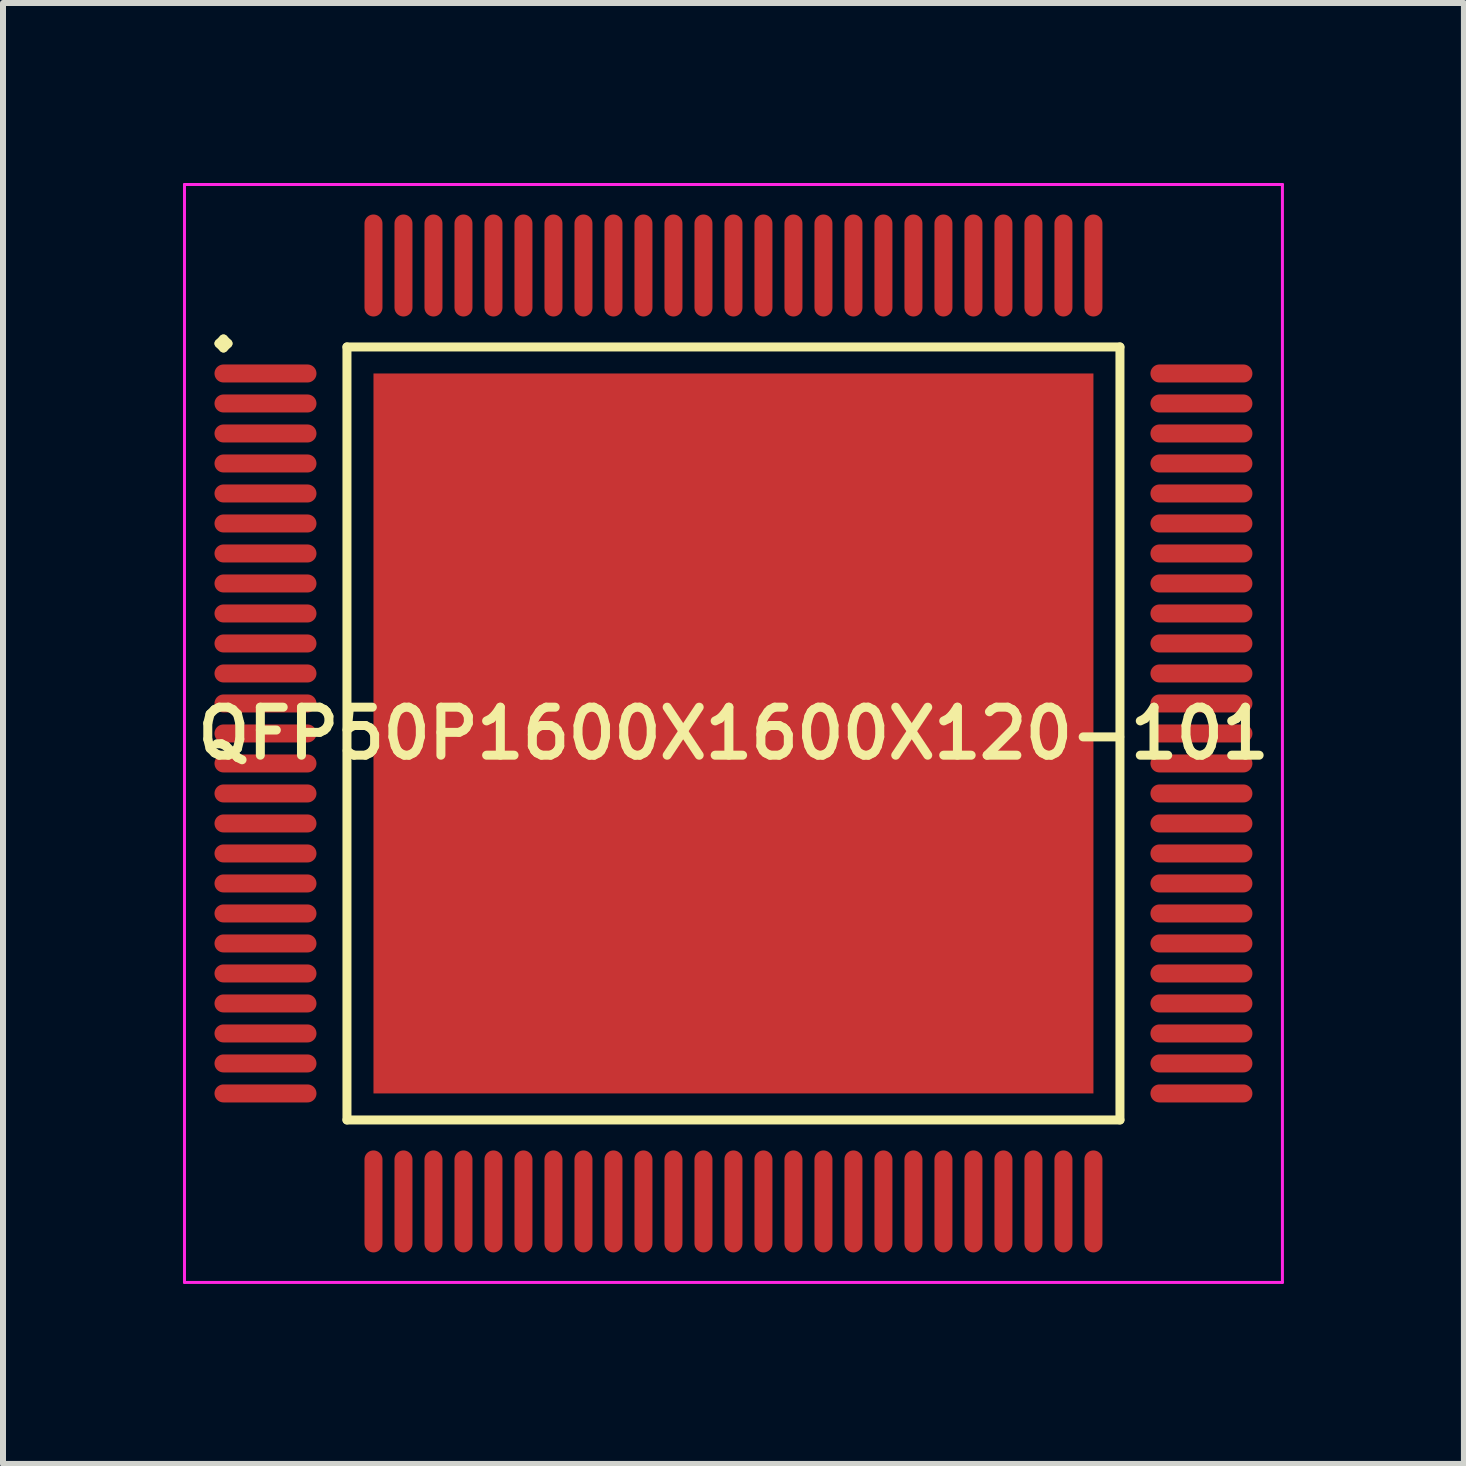
<source format=kicad_pcb>
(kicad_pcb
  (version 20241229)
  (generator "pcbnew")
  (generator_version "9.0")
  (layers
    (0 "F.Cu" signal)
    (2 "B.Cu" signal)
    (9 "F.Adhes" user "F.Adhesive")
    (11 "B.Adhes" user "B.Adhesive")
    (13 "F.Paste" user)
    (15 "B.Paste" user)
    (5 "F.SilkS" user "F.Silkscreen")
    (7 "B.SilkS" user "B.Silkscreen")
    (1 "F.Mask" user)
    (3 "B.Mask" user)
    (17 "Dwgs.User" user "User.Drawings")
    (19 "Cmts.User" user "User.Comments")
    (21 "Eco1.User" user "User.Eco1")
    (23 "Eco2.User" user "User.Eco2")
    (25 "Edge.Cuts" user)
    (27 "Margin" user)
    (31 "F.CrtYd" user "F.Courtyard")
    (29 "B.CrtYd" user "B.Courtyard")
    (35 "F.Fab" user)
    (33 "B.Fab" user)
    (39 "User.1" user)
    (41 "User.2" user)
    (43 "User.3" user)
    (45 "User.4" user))
  (footprint "QFP50P1600X1600X120-101"
    (layer "F.Cu")
    (at 9.175 9.175)
    (property "Reference" "QFP50P1600X1600X120-101" (at 0 0 0) (layer "F.SilkS") (effects (font (size 0.8 0.8) (thickness 0.15))))
    (attr smd)
    (fp_line (start -8.575 -6.5) (end -8.5 -6.575) (stroke (width 0.15) (type solid)) (layer "F.SilkS"))
    (fp_line (start -8.5 -6.575) (end -8.425 -6.5) (stroke (width 0.15) (type solid)) (layer "F.SilkS"))
    (fp_line (start -8.5 -6.425) (end -8.575 -6.5) (stroke (width 0.15) (type solid)) (layer "F.SilkS"))
    (fp_line (start -8.425 -6.5) (end -8.5 -6.425) (stroke (width 0.15) (type solid)) (layer "F.SilkS"))
    (fp_line (start -6.442 -6.442) (end -6.442 6.442) (stroke (width 0.15) (type solid)) (layer "F.SilkS"))
    (fp_line (start -6.442 6.442) (end 6.442 6.442) (stroke (width 0.15) (type solid)) (layer "F.SilkS"))
    (fp_line (start 6.442 -6.442) (end -6.442 -6.442) (stroke (width 0.15) (type solid)) (layer "F.SilkS"))
    (fp_line (start 6.442 6.442) (end 6.442 -6.442) (stroke (width 0.15) (type solid)) (layer "F.SilkS"))
    (fp_line (start -9.15 -9.15) (end 9.15 -9.15) (stroke (width 0.05) (type solid)) (layer "F.CrtYd"))
    (fp_line (start -9.15 9.15) (end -9.15 -9.15) (stroke (width 0.05) (type solid)) (layer "F.CrtYd"))
    (fp_line (start 9.15 -9.15) (end 9.15 9.15) (stroke (width 0.05) (type solid)) (layer "F.CrtYd"))
    (fp_line (start 9.15 9.15) (end -9.15 9.15) (stroke (width 0.05) (type solid)) (layer "F.CrtYd"))
    (pad "1" smd oval (at -7.8 -6) (size 1.7 0.3) (layers "F.Cu" "F.Mask" "F.Paste"))
    (pad "2" smd oval (at -7.8 -5.5) (size 1.7 0.3) (layers "F.Cu" "F.Mask" "F.Paste"))
    (pad "3" smd oval (at -7.8 -5) (size 1.7 0.3) (layers "F.Cu" "F.Mask" "F.Paste"))
    (pad "4" smd oval (at -7.8 -4.5) (size 1.7 0.3) (layers "F.Cu" "F.Mask" "F.Paste"))
    (pad "5" smd oval (at -7.8 -4) (size 1.7 0.3) (layers "F.Cu" "F.Mask" "F.Paste"))
    (pad "6" smd oval (at -7.8 -3.5) (size 1.7 0.3) (layers "F.Cu" "F.Mask" "F.Paste"))
    (pad "7" smd oval (at -7.8 -3) (size 1.7 0.3) (layers "F.Cu" "F.Mask" "F.Paste"))
    (pad "8" smd oval (at -7.8 -2.5) (size 1.7 0.3) (layers "F.Cu" "F.Mask" "F.Paste"))
    (pad "9" smd oval (at -7.8 -2) (size 1.7 0.3) (layers "F.Cu" "F.Mask" "F.Paste"))
    (pad "10" smd oval (at -7.8 -1.5) (size 1.7 0.3) (layers "F.Cu" "F.Mask" "F.Paste"))
    (pad "11" smd oval (at -7.8 -1) (size 1.7 0.3) (layers "F.Cu" "F.Mask" "F.Paste"))
    (pad "12" smd oval (at -7.8 -0.5) (size 1.7 0.3) (layers "F.Cu" "F.Mask" "F.Paste"))
    (pad "13" smd oval (at -7.8 0) (size 1.7 0.3) (layers "F.Cu" "F.Mask" "F.Paste"))
    (pad "14" smd oval (at -7.8 0.5) (size 1.7 0.3) (layers "F.Cu" "F.Mask" "F.Paste"))
    (pad "15" smd oval (at -7.8 1) (size 1.7 0.3) (layers "F.Cu" "F.Mask" "F.Paste"))
    (pad "16" smd oval (at -7.8 1.5) (size 1.7 0.3) (layers "F.Cu" "F.Mask" "F.Paste"))
    (pad "17" smd oval (at -7.8 2) (size 1.7 0.3) (layers "F.Cu" "F.Mask" "F.Paste"))
    (pad "18" smd oval (at -7.8 2.5) (size 1.7 0.3) (layers "F.Cu" "F.Mask" "F.Paste"))
    (pad "19" smd oval (at -7.8 3) (size 1.7 0.3) (layers "F.Cu" "F.Mask" "F.Paste"))
    (pad "20" smd oval (at -7.8 3.5) (size 1.7 0.3) (layers "F.Cu" "F.Mask" "F.Paste"))
    (pad "21" smd oval (at -7.8 4) (size 1.7 0.3) (layers "F.Cu" "F.Mask" "F.Paste"))
    (pad "22" smd oval (at -7.8 4.5) (size 1.7 0.3) (layers "F.Cu" "F.Mask" "F.Paste"))
    (pad "23" smd oval (at -7.8 5) (size 1.7 0.3) (layers "F.Cu" "F.Mask" "F.Paste"))
    (pad "24" smd oval (at -7.8 5.5) (size 1.7 0.3) (layers "F.Cu" "F.Mask" "F.Paste"))
    (pad "25" smd oval (at -7.8 6) (size 1.7 0.3) (layers "F.Cu" "F.Mask" "F.Paste"))
    (pad "26" smd oval (at -6 7.8) (size 0.3 1.7) (layers "F.Cu" "F.Mask" "F.Paste"))
    (pad "27" smd oval (at -5.5 7.8) (size 0.3 1.7) (layers "F.Cu" "F.Mask" "F.Paste"))
    (pad "28" smd oval (at -5 7.8) (size 0.3 1.7) (layers "F.Cu" "F.Mask" "F.Paste"))
    (pad "29" smd oval (at -4.5 7.8) (size 0.3 1.7) (layers "F.Cu" "F.Mask" "F.Paste"))
    (pad "30" smd oval (at -4 7.8) (size 0.3 1.7) (layers "F.Cu" "F.Mask" "F.Paste"))
    (pad "31" smd oval (at -3.5 7.8) (size 0.3 1.7) (layers "F.Cu" "F.Mask" "F.Paste"))
    (pad "32" smd oval (at -3 7.8) (size 0.3 1.7) (layers "F.Cu" "F.Mask" "F.Paste"))
    (pad "33" smd oval (at -2.5 7.8) (size 0.3 1.7) (layers "F.Cu" "F.Mask" "F.Paste"))
    (pad "34" smd oval (at -2 7.8) (size 0.3 1.7) (layers "F.Cu" "F.Mask" "F.Paste"))
    (pad "35" smd oval (at -1.5 7.8) (size 0.3 1.7) (layers "F.Cu" "F.Mask" "F.Paste"))
    (pad "36" smd oval (at -1 7.8) (size 0.3 1.7) (layers "F.Cu" "F.Mask" "F.Paste"))
    (pad "37" smd oval (at -0.5 7.8) (size 0.3 1.7) (layers "F.Cu" "F.Mask" "F.Paste"))
    (pad "38" smd oval (at 0 7.8) (size 0.3 1.7) (layers "F.Cu" "F.Mask" "F.Paste"))
    (pad "39" smd oval (at 0.5 7.8) (size 0.3 1.7) (layers "F.Cu" "F.Mask" "F.Paste"))
    (pad "40" smd oval (at 1 7.8) (size 0.3 1.7) (layers "F.Cu" "F.Mask" "F.Paste"))
    (pad "41" smd oval (at 1.5 7.8) (size 0.3 1.7) (layers "F.Cu" "F.Mask" "F.Paste"))
    (pad "42" smd oval (at 2 7.8) (size 0.3 1.7) (layers "F.Cu" "F.Mask" "F.Paste"))
    (pad "43" smd oval (at 2.5 7.8) (size 0.3 1.7) (layers "F.Cu" "F.Mask" "F.Paste"))
    (pad "44" smd oval (at 3 7.8) (size 0.3 1.7) (layers "F.Cu" "F.Mask" "F.Paste"))
    (pad "45" smd oval (at 3.5 7.8) (size 0.3 1.7) (layers "F.Cu" "F.Mask" "F.Paste"))
    (pad "46" smd oval (at 4 7.8) (size 0.3 1.7) (layers "F.Cu" "F.Mask" "F.Paste"))
    (pad "47" smd oval (at 4.5 7.8) (size 0.3 1.7) (layers "F.Cu" "F.Mask" "F.Paste"))
    (pad "48" smd oval (at 5 7.8) (size 0.3 1.7) (layers "F.Cu" "F.Mask" "F.Paste"))
    (pad "49" smd oval (at 5.5 7.8) (size 0.3 1.7) (layers "F.Cu" "F.Mask" "F.Paste"))
    (pad "50" smd oval (at 6 7.8) (size 0.3 1.7) (layers "F.Cu" "F.Mask" "F.Paste"))
    (pad "51" smd oval (at 7.8 6) (size 1.7 0.3) (layers "F.Cu" "F.Mask" "F.Paste"))
    (pad "52" smd oval (at 7.8 5.5) (size 1.7 0.3) (layers "F.Cu" "F.Mask" "F.Paste"))
    (pad "53" smd oval (at 7.8 5) (size 1.7 0.3) (layers "F.Cu" "F.Mask" "F.Paste"))
    (pad "54" smd oval (at 7.8 4.5) (size 1.7 0.3) (layers "F.Cu" "F.Mask" "F.Paste"))
    (pad "55" smd oval (at 7.8 4) (size 1.7 0.3) (layers "F.Cu" "F.Mask" "F.Paste"))
    (pad "56" smd oval (at 7.8 3.5) (size 1.7 0.3) (layers "F.Cu" "F.Mask" "F.Paste"))
    (pad "57" smd oval (at 7.8 3) (size 1.7 0.3) (layers "F.Cu" "F.Mask" "F.Paste"))
    (pad "58" smd oval (at 7.8 2.5) (size 1.7 0.3) (layers "F.Cu" "F.Mask" "F.Paste"))
    (pad "59" smd oval (at 7.8 2) (size 1.7 0.3) (layers "F.Cu" "F.Mask" "F.Paste"))
    (pad "60" smd oval (at 7.8 1.5) (size 1.7 0.3) (layers "F.Cu" "F.Mask" "F.Paste"))
    (pad "61" smd oval (at 7.8 1) (size 1.7 0.3) (layers "F.Cu" "F.Mask" "F.Paste"))
    (pad "62" smd oval (at 7.8 0.5) (size 1.7 0.3) (layers "F.Cu" "F.Mask" "F.Paste"))
    (pad "63" smd oval (at 7.8 0) (size 1.7 0.3) (layers "F.Cu" "F.Mask" "F.Paste"))
    (pad "64" smd oval (at 7.8 -0.5) (size 1.7 0.3) (layers "F.Cu" "F.Mask" "F.Paste"))
    (pad "65" smd oval (at 7.8 -1) (size 1.7 0.3) (layers "F.Cu" "F.Mask" "F.Paste"))
    (pad "66" smd oval (at 7.8 -1.5) (size 1.7 0.3) (layers "F.Cu" "F.Mask" "F.Paste"))
    (pad "67" smd oval (at 7.8 -2) (size 1.7 0.3) (layers "F.Cu" "F.Mask" "F.Paste"))
    (pad "68" smd oval (at 7.8 -2.5) (size 1.7 0.3) (layers "F.Cu" "F.Mask" "F.Paste"))
    (pad "69" smd oval (at 7.8 -3) (size 1.7 0.3) (layers "F.Cu" "F.Mask" "F.Paste"))
    (pad "70" smd oval (at 7.8 -3.5) (size 1.7 0.3) (layers "F.Cu" "F.Mask" "F.Paste"))
    (pad "71" smd oval (at 7.8 -4) (size 1.7 0.3) (layers "F.Cu" "F.Mask" "F.Paste"))
    (pad "72" smd oval (at 7.8 -4.5) (size 1.7 0.3) (layers "F.Cu" "F.Mask" "F.Paste"))
    (pad "73" smd oval (at 7.8 -5) (size 1.7 0.3) (layers "F.Cu" "F.Mask" "F.Paste"))
    (pad "74" smd oval (at 7.8 -5.5) (size 1.7 0.3) (layers "F.Cu" "F.Mask" "F.Paste"))
    (pad "75" smd oval (at 7.8 -6) (size 1.7 0.3) (layers "F.Cu" "F.Mask" "F.Paste"))
    (pad "76" smd oval (at 6 -7.8) (size 0.3 1.7) (layers "F.Cu" "F.Mask" "F.Paste"))
    (pad "77" smd oval (at 5.5 -7.8) (size 0.3 1.7) (layers "F.Cu" "F.Mask" "F.Paste"))
    (pad "78" smd oval (at 5 -7.8) (size 0.3 1.7) (layers "F.Cu" "F.Mask" "F.Paste"))
    (pad "79" smd oval (at 4.5 -7.8) (size 0.3 1.7) (layers "F.Cu" "F.Mask" "F.Paste"))
    (pad "80" smd oval (at 4 -7.8) (size 0.3 1.7) (layers "F.Cu" "F.Mask" "F.Paste"))
    (pad "81" smd oval (at 3.5 -7.8) (size 0.3 1.7) (layers "F.Cu" "F.Mask" "F.Paste"))
    (pad "82" smd oval (at 3 -7.8) (size 0.3 1.7) (layers "F.Cu" "F.Mask" "F.Paste"))
    (pad "83" smd oval (at 2.5 -7.8) (size 0.3 1.7) (layers "F.Cu" "F.Mask" "F.Paste"))
    (pad "84" smd oval (at 2 -7.8) (size 0.3 1.7) (layers "F.Cu" "F.Mask" "F.Paste"))
    (pad "85" smd oval (at 1.5 -7.8) (size 0.3 1.7) (layers "F.Cu" "F.Mask" "F.Paste"))
    (pad "86" smd oval (at 1 -7.8) (size 0.3 1.7) (layers "F.Cu" "F.Mask" "F.Paste"))
    (pad "87" smd oval (at 0.5 -7.8) (size 0.3 1.7) (layers "F.Cu" "F.Mask" "F.Paste"))
    (pad "88" smd oval (at 0 -7.8) (size 0.3 1.7) (layers "F.Cu" "F.Mask" "F.Paste"))
    (pad "89" smd oval (at -0.5 -7.8) (size 0.3 1.7) (layers "F.Cu" "F.Mask" "F.Paste"))
    (pad "90" smd oval (at -1 -7.8) (size 0.3 1.7) (layers "F.Cu" "F.Mask" "F.Paste"))
    (pad "91" smd oval (at -1.5 -7.8) (size 0.3 1.7) (layers "F.Cu" "F.Mask" "F.Paste"))
    (pad "92" smd oval (at -2 -7.8) (size 0.3 1.7) (layers "F.Cu" "F.Mask" "F.Paste"))
    (pad "93" smd oval (at -2.5 -7.8) (size 0.3 1.7) (layers "F.Cu" "F.Mask" "F.Paste"))
    (pad "94" smd oval (at -3 -7.8) (size 0.3 1.7) (layers "F.Cu" "F.Mask" "F.Paste"))
    (pad "95" smd oval (at -3.5 -7.8) (size 0.3 1.7) (layers "F.Cu" "F.Mask" "F.Paste"))
    (pad "96" smd oval (at -4 -7.8) (size 0.3 1.7) (layers "F.Cu" "F.Mask" "F.Paste"))
    (pad "97" smd oval (at -4.5 -7.8) (size 0.3 1.7) (layers "F.Cu" "F.Mask" "F.Paste"))
    (pad "98" smd oval (at -5 -7.8) (size 0.3 1.7) (layers "F.Cu" "F.Mask" "F.Paste"))
    (pad "99" smd oval (at -5.5 -7.8) (size 0.3 1.7) (layers "F.Cu" "F.Mask" "F.Paste"))
    (pad "100" smd oval (at -6 -7.8) (size 0.3 1.7) (layers "F.Cu" "F.Mask" "F.Paste"))
    (pad "101" smd rect (at 0 0) (size 12 12) (layers "F.Cu" "F.Mask" "F.Paste")))
  (gr_rect
    (start -3 -3)
    (end 21.35 21.35)
    (stroke (width 0.1) (type default))
    (fill no)
    (layer "Edge.Cuts")))
</source>
